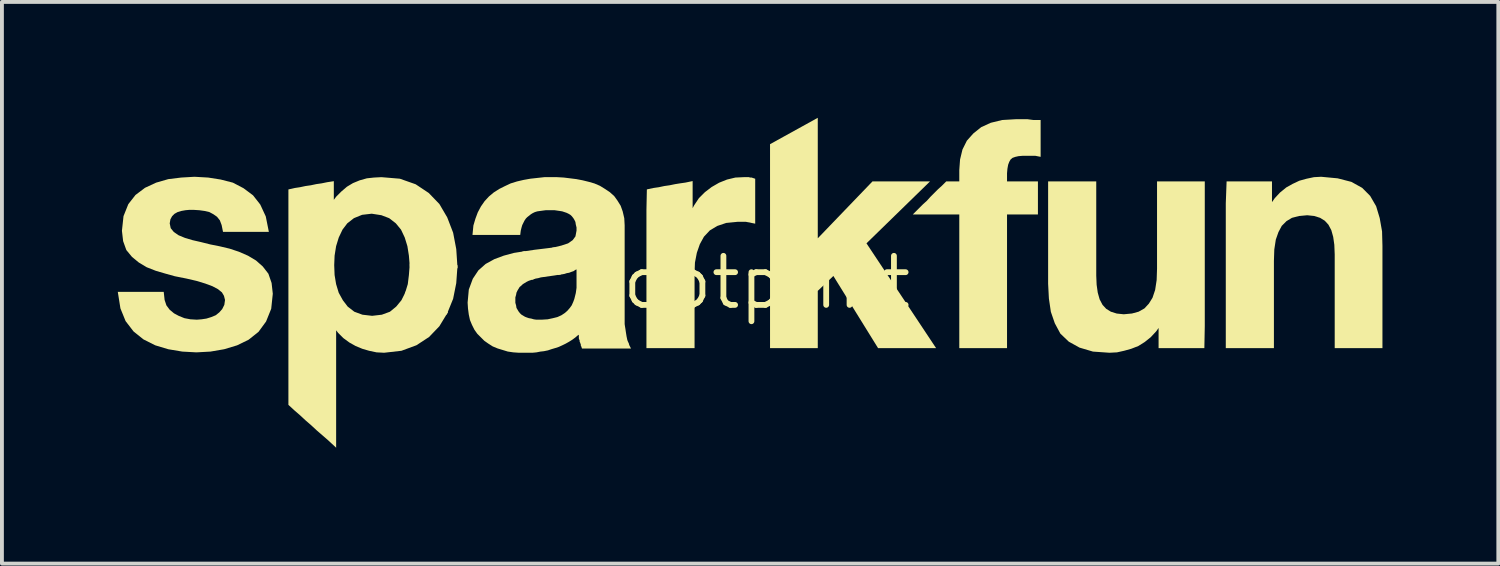
<source format=kicad_pcb>
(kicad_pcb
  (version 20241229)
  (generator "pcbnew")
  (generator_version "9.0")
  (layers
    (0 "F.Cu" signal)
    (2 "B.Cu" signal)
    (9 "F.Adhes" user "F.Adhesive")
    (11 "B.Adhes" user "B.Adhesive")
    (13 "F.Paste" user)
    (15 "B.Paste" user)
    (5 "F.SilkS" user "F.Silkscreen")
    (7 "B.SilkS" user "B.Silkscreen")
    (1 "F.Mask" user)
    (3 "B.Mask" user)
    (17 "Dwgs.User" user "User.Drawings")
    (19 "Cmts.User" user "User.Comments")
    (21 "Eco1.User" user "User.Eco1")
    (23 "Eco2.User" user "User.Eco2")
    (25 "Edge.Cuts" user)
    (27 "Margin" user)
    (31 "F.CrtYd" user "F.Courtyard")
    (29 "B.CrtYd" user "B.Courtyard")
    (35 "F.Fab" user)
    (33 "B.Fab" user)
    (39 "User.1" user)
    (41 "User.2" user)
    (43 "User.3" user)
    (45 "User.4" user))
  (footprint "footprint"
    (layer "F.Cu")
    (at 16.436 4.264)
    (property "Reference" "footprint" (at 0 0 0) (layer "F.SilkS") (effects (font (size 1.27 1.27) (thickness 0.15))))
    (fp_poly (pts (xy -7.64 -0.446) (xy -7.673 0.016) (xy -7.754 0.422) (xy -7.921 0.833) (xy -9.007 0.301) (xy -8.928 0.043) (xy -8.899 -0.193) (xy -8.876 -0.488)) (stroke (width 0) (type solid)) (fill yes) (layer "F.SilkS"))
    (fp_poly (pts (xy -4.965 -0.207) (xy -5.075 -0.191) (xy -5.135 -0.181) (xy -5.483 -0.132) (xy -5.553 -0.112) (xy -5.613 -0.102) (xy -5.715 -0.072) (xy -5.962 -0.8) (xy -5.646 -0.847) (xy -5.396 -0.877) (xy -5.121 -0.911)) (stroke (width 0) (type solid)) (fill yes) (layer "F.SilkS"))
    (fp_poly (pts (xy 1.687 -1.144) (xy 3.103 -2.617) (xy 4.593 -2.617) (xy 2.948 -1.014) (xy 4.75 1.699) (xy 3.248 1.699) (xy 2.091 -0.169) (xy 1.687 0.217) (xy 1.687 1.699) (xy 0.451 1.699) (xy 0.451 -3.581) (xy 1.687 -4.264)) (stroke (width 0) (type solid)) (fill yes) (layer "F.SilkS"))
    (fp_poly (pts (xy -0.065 -2.717) (xy -0.025 -2.717) (xy 0.067 -2.686) (xy 0.067 -1.523) (xy -0.029 -1.542) (xy -0.069 -1.552) (xy -0.128 -1.562) (xy -0.175 -1.571) (xy -0.389 -1.571) (xy -0.683 -1.542) (xy -0.915 -1.464) (xy -1.107 -1.349) (xy -1.26 -1.186) (xy -1.366 -0.993) (xy -1.444 -0.769) (xy -1.493 -0.515) (xy -1.503 -0.248) (xy -1.503 1.699) (xy -2.749 1.699) (xy -2.749 -1.879) (xy -2.738 -2.41) (xy -2.568 -2.447) (xy -2.428 -2.467) (xy -2.288 -2.497) (xy -2.148 -2.517) (xy -2.008 -2.546) (xy -1.877 -2.567) (xy -1.738 -2.587) (xy -1.553 -2.626) (xy -1.553 -1.924) (xy -1.514 -1.998) (xy -1.391 -2.183) (xy -1.236 -2.338) (xy -1.062 -2.471) (xy -0.868 -2.583) (xy -0.663 -2.665) (xy -0.446 -2.717) (xy -0.232 -2.727) (xy -0.095 -2.727)) (stroke (width 0) (type solid)) (fill yes) (layer "F.SilkS"))
    (fp_poly (pts (xy 7.194 -4.217) (xy 7.271 -4.207) (xy 7.457 -4.207) (xy 7.457 -3.253) (xy 7.315 -3.281) (xy 7.001 -3.281) (xy 6.885 -3.271) (xy 6.8 -3.252) (xy 6.728 -3.226) (xy 6.679 -3.184) (xy 6.644 -3.123) (xy 6.616 -3.049) (xy 6.597 -2.944) (xy 6.587 -2.827) (xy 6.587 -2.617) (xy 7.387 -2.617) (xy 7.387 -1.761) (xy 6.587 -1.761) (xy 6.587 1.699) (xy 5.351 1.699) (xy 5.351 -1.761) (xy 4.147 -1.761) (xy 4.413 -2.027) (xy 4.512 -2.116) (xy 4.601 -2.215) (xy 4.803 -2.417) (xy 4.903 -2.507) (xy 5.013 -2.617) (xy 5.351 -2.617) (xy 5.351 -2.91) (xy 5.371 -3.185) (xy 5.433 -3.442) (xy 5.547 -3.671) (xy 5.713 -3.857) (xy 5.919 -4.022) (xy 6.166 -4.135) (xy 6.463 -4.207) (xy 6.808 -4.227) (xy 7.122 -4.227)) (stroke (width 0) (type solid)) (fill yes) (layer "F.SilkS"))
    (fp_poly (pts (xy 8.897 -0.18) (xy 8.907 0.058) (xy 8.936 0.263) (xy 8.985 0.437) (xy 9.06 0.579) (xy 9.154 0.681) (xy 9.275 0.756) (xy 9.427 0.804) (xy 9.609 0.823) (xy 9.822 0.803) (xy 9.994 0.756) (xy 10.145 0.671) (xy 10.259 0.548) (xy 10.354 0.395) (xy 10.422 0.192) (xy 10.461 -0.063) (xy 10.471 -0.36) (xy 10.471 -2.617) (xy 11.707 -2.617) (xy 11.707 1.131) (xy 11.696 1.699) (xy 10.511 1.699) (xy 10.511 1.177) (xy 10.449 1.265) (xy 10.305 1.419) (xy 10.151 1.542) (xy 9.986 1.645) (xy 9.801 1.717) (xy 9.618 1.768) (xy 9.434 1.809) (xy 9.239 1.819) (xy 8.812 1.789) (xy 8.464 1.686) (xy 8.186 1.532) (xy 7.968 1.324) (xy 7.824 1.056) (xy 7.722 0.76) (xy 7.671 0.415) (xy 7.651 0.032) (xy 7.651 -2.617) (xy 8.897 -2.617)) (stroke (width 0) (type solid)) (fill yes) (layer "F.SilkS"))
    (fp_poly (pts (xy 15.146 -2.697) (xy 15.503 -2.605) (xy 15.782 -2.45) (xy 15.989 -2.242) (xy 16.144 -1.974) (xy 16.236 -1.668) (xy 16.297 -1.323) (xy 16.307 -0.95) (xy 16.307 1.699) (xy 15.071 1.699) (xy 15.071 -0.728) (xy 15.061 -0.976) (xy 15.032 -1.181) (xy 14.983 -1.355) (xy 14.908 -1.497) (xy 14.814 -1.599) (xy 14.693 -1.674) (xy 14.541 -1.722) (xy 14.359 -1.741) (xy 14.146 -1.721) (xy 13.964 -1.674) (xy 13.823 -1.589) (xy 13.7 -1.466) (xy 13.614 -1.304) (xy 13.546 -1.11) (xy 13.507 -0.855) (xy 13.497 -0.558) (xy 13.497 1.699) (xy 12.251 1.699) (xy 12.251 -2.05) (xy 12.272 -2.617) (xy 13.447 -2.617) (xy 13.447 -2.081) (xy 13.519 -2.183) (xy 13.653 -2.327) (xy 13.817 -2.461) (xy 13.982 -2.553) (xy 14.156 -2.635) (xy 14.34 -2.686) (xy 14.534 -2.727) (xy 14.72 -2.737)) (stroke (width 0) (type solid)) (fill yes) (layer "F.SilkS"))
    (fp_poly (pts (xy -9.133 -2.687) (xy -8.724 -2.543) (xy -8.386 -2.318) (xy -8.11 -2.032) (xy -7.907 -1.686) (xy -7.754 -1.289) (xy -7.673 -0.864) (xy -7.64 -0.369) (xy -8.876 -0.412) (xy -8.899 -0.694) (xy -8.938 -0.94) (xy -9.007 -1.165) (xy -9.103 -1.368) (xy -9.238 -1.532) (xy -9.41 -1.665) (xy -9.611 -1.742) (xy -9.862 -1.781) (xy -10.111 -1.752) (xy -10.322 -1.666) (xy -10.494 -1.532) (xy -10.618 -1.369) (xy -10.715 -1.165) (xy -10.784 -0.94) (xy -10.823 -0.695) (xy -10.833 -0.449) (xy -10.823 -0.193) (xy -10.784 0.042) (xy -10.716 0.266) (xy -10.609 0.46) (xy -10.484 0.624) (xy -10.312 0.757) (xy -10.102 0.834) (xy -9.851 0.863) (xy -9.6 0.834) (xy -9.39 0.757) (xy -9.228 0.624) (xy -9.093 0.46) (xy -8.978 0.23) (xy -7.887 0.765) (xy -8.111 1.134) (xy -8.377 1.411) (xy -8.704 1.625) (xy -9.092 1.768) (xy -9.54 1.819) (xy -9.736 1.809) (xy -9.93 1.768) (xy -10.104 1.717) (xy -10.278 1.645) (xy -10.442 1.553) (xy -10.596 1.44) (xy -10.73 1.306) (xy -10.783 1.238) (xy -10.783 4.278) (xy -10.986 4.089) (xy -11.286 3.829) (xy -11.426 3.699) (xy -11.576 3.569) (xy -11.716 3.439) (xy -11.866 3.309) (xy -12.019 3.168) (xy -12.019 -2.409) (xy -11.858 -2.446) (xy -11.718 -2.467) (xy -11.578 -2.497) (xy -11.438 -2.517) (xy -11.298 -2.547) (xy -11.158 -2.567) (xy -11.018 -2.596) (xy -10.843 -2.623) (xy -10.843 -2.14) (xy -10.78 -2.224) (xy -10.647 -2.357) (xy -10.503 -2.48) (xy -10.348 -2.573) (xy -10.173 -2.645) (xy -9.988 -2.697) (xy -9.804 -2.717) (xy -9.61 -2.727)) (stroke (width 0) (type solid)) (fill yes) (layer "F.SilkS"))
    (fp_poly (pts (xy -14.097 -2.717) (xy -13.773 -2.666) (xy -13.457 -2.585) (xy -13.181 -2.441) (xy -12.934 -2.256) (xy -12.748 -2.019) (xy -12.605 -1.711) (xy -12.525 -1.311) (xy -13.712 -1.311) (xy -13.748 -1.488) (xy -13.794 -1.61) (xy -13.867 -1.701) (xy -13.961 -1.767) (xy -14.065 -1.823) (xy -14.188 -1.852) (xy -14.325 -1.871) (xy -14.482 -1.881) (xy -14.579 -1.881) (xy -14.686 -1.871) (xy -14.792 -1.852) (xy -14.886 -1.824) (xy -14.968 -1.778) (xy -15.03 -1.716) (xy -15.074 -1.636) (xy -15.092 -1.53) (xy -15.066 -1.406) (xy -14.985 -1.307) (xy -14.863 -1.223) (xy -14.698 -1.155) (xy -14.501 -1.096) (xy -14.282 -1.046) (xy -14.043 -0.986) (xy -13.793 -0.936) (xy -13.541 -0.876) (xy -13.297 -0.795) (xy -13.064 -0.693) (xy -12.858 -0.57) (xy -12.683 -0.415) (xy -12.537 -0.227) (xy -12.454 0.013) (xy -12.423 0.291) (xy -12.464 0.68) (xy -12.597 1.01) (xy -12.793 1.278) (xy -13.051 1.483) (xy -13.347 1.627) (xy -13.682 1.728) (xy -14.037 1.789) (xy -14.401 1.809) (xy -14.765 1.789) (xy -15.13 1.728) (xy -15.465 1.627) (xy -15.772 1.473) (xy -16.028 1.268) (xy -16.234 1) (xy -16.368 0.671) (xy -16.436 0.243) (xy -15.247 0.243) (xy -15.224 0.453) (xy -15.177 0.593) (xy -15.093 0.705) (xy -14.98 0.799) (xy -14.855 0.866) (xy -14.71 0.924) (xy -14.556 0.953) (xy -14.391 0.963) (xy -14.265 0.953) (xy -14.14 0.934) (xy -14.014 0.895) (xy -13.901 0.848) (xy -13.807 0.773) (xy -13.733 0.689) (xy -13.678 0.579) (xy -13.66 0.453) (xy -13.687 0.346) (xy -13.74 0.256) (xy -13.842 0.173) (xy -13.987 0.096) (xy -14.173 0.027) (xy -14.401 -0.042) (xy -14.659 -0.102) (xy -14.96 -0.162) (xy -15.211 -0.232) (xy -15.453 -0.303) (xy -15.688 -0.395) (xy -15.893 -0.518) (xy -16.068 -0.662) (xy -16.215 -0.84) (xy -16.298 -1.07) (xy -16.329 -1.339) (xy -16.288 -1.718) (xy -16.164 -2.028) (xy -15.978 -2.266) (xy -15.731 -2.452) (xy -15.444 -2.585) (xy -15.129 -2.676) (xy -14.794 -2.717) (xy -14.451 -2.737)) (stroke (width 0) (type solid)) (fill yes) (layer "F.SilkS"))
    (fp_poly (pts (xy -4.888 -2.717) (xy -4.565 -2.677) (xy -4.403 -2.646) (xy -4.241 -2.606) (xy -4.098 -2.565) (xy -3.953 -2.503) (xy -3.82 -2.421) (xy -3.697 -2.339) (xy -3.582 -2.235) (xy -3.499 -2.12) (xy -3.416 -1.986) (xy -3.364 -1.84) (xy -3.323 -1.664) (xy -3.313 -1.48) (xy -3.313 1.078) (xy -3.303 1.145) (xy -3.293 1.205) (xy -3.283 1.275) (xy -3.264 1.394) (xy -3.244 1.49) (xy -3.226 1.535) (xy -3.205 1.578) (xy -3.195 1.618) (xy -3.149 1.709) (xy -4.418 1.709) (xy -4.436 1.656) (xy -4.449 1.63) (xy -4.449 1.6) (xy -4.456 1.586) (xy -4.466 1.556) (xy -4.479 1.53) (xy -4.479 1.5) (xy -4.486 1.486) (xy -4.499 1.447) (xy -4.499 1.37) (xy -4.508 1.352) (xy -4.515 1.359) (xy -4.587 1.421) (xy -4.669 1.482) (xy -4.752 1.534) (xy -4.843 1.585) (xy -4.925 1.625) (xy -5.017 1.667) (xy -5.109 1.697) (xy -5.209 1.727) (xy -5.301 1.758) (xy -5.405 1.779) (xy -5.495 1.789) (xy -5.595 1.809) (xy -5.699 1.819) (xy -6.052 1.819) (xy -6.195 1.809) (xy -6.339 1.788) (xy -6.604 1.707) (xy -6.729 1.655) (xy -6.842 1.583) (xy -6.946 1.51) (xy -7.13 1.326) (xy -7.204 1.221) (xy -7.266 1.097) (xy -7.318 0.972) (xy -7.349 0.828) (xy -7.369 0.675) (xy -7.379 0.521) (xy -7.348 0.183) (xy -7.245 -0.096) (xy -7.1 -0.314) (xy -6.913 -0.48) (xy -6.687 -0.604) (xy -6.443 -0.695) (xy -6.179 -0.766) (xy -5.885 -0.812) (xy -5.643 -0.095) (xy -5.796 -0.044) (xy -5.853 -0.016) (xy -5.947 0.041) (xy -5.986 0.079) (xy -6.032 0.116) (xy -6.088 0.209) (xy -6.114 0.263) (xy -6.124 0.319) (xy -6.143 0.386) (xy -6.143 0.526) (xy -6.124 0.593) (xy -6.114 0.658) (xy -6.06 0.749) (xy -6.023 0.796) (xy -5.987 0.831) (xy -5.894 0.887) (xy -5.848 0.905) (xy -5.792 0.924) (xy -5.733 0.934) (xy -5.663 0.954) (xy -5.598 0.963) (xy -5.462 0.963) (xy -5.306 0.953) (xy -5.17 0.924) (xy -5.054 0.895) (xy -4.95 0.848) (xy -4.864 0.791) (xy -4.798 0.734) (xy -4.731 0.657) (xy -4.684 0.592) (xy -4.646 0.507) (xy -4.617 0.43) (xy -4.578 0.274) (xy -4.559 0.138) (xy -4.559 -0.339) (xy -4.592 -0.325) (xy -4.633 -0.295) (xy -4.698 -0.273) (xy -4.751 -0.252) (xy -4.812 -0.242) (xy -4.872 -0.222) (xy -4.935 -0.211) (xy -5.041 -0.196) (xy -5.196 -0.897) (xy -4.951 -0.956) (xy -4.778 -1.013) (xy -4.658 -1.097) (xy -4.587 -1.194) (xy -4.559 -1.343) (xy -4.559 -1.424) (xy -4.578 -1.502) (xy -4.588 -1.567) (xy -4.614 -1.621) (xy -4.642 -1.667) (xy -4.679 -1.714) (xy -4.715 -1.749) (xy -4.759 -1.776) (xy -4.816 -1.804) (xy -4.93 -1.842) (xy -4.987 -1.851) (xy -5.124 -1.871) (xy -5.359 -1.871) (xy -5.436 -1.861) (xy -5.573 -1.842) (xy -5.637 -1.823) (xy -5.693 -1.796) (xy -5.739 -1.768) (xy -5.836 -1.691) (xy -5.871 -1.655) (xy -5.908 -1.6) (xy -5.965 -1.485) (xy -5.984 -1.419) (xy -6.003 -1.342) (xy -6.017 -1.231) (xy -7.253 -1.231) (xy -7.229 -1.476) (xy -7.177 -1.651) (xy -7.116 -1.815) (xy -7.034 -1.969) (xy -6.941 -2.103) (xy -6.827 -2.227) (xy -6.704 -2.33) (xy -6.56 -2.422) (xy -6.418 -2.493) (xy -6.265 -2.565) (xy -6.101 -2.616) (xy -5.929 -2.656) (xy -5.756 -2.687) (xy -5.393 -2.727) (xy -5.06 -2.727)) (stroke (width 0) (type solid)) (fill yes) (layer "F.SilkS")))
  (gr_rect
    (start -3 -3)
    (end 35.743 11.542)
    (stroke (width 0.1) (type default))
    (fill no)
    (layer "Edge.Cuts")))
</source>
